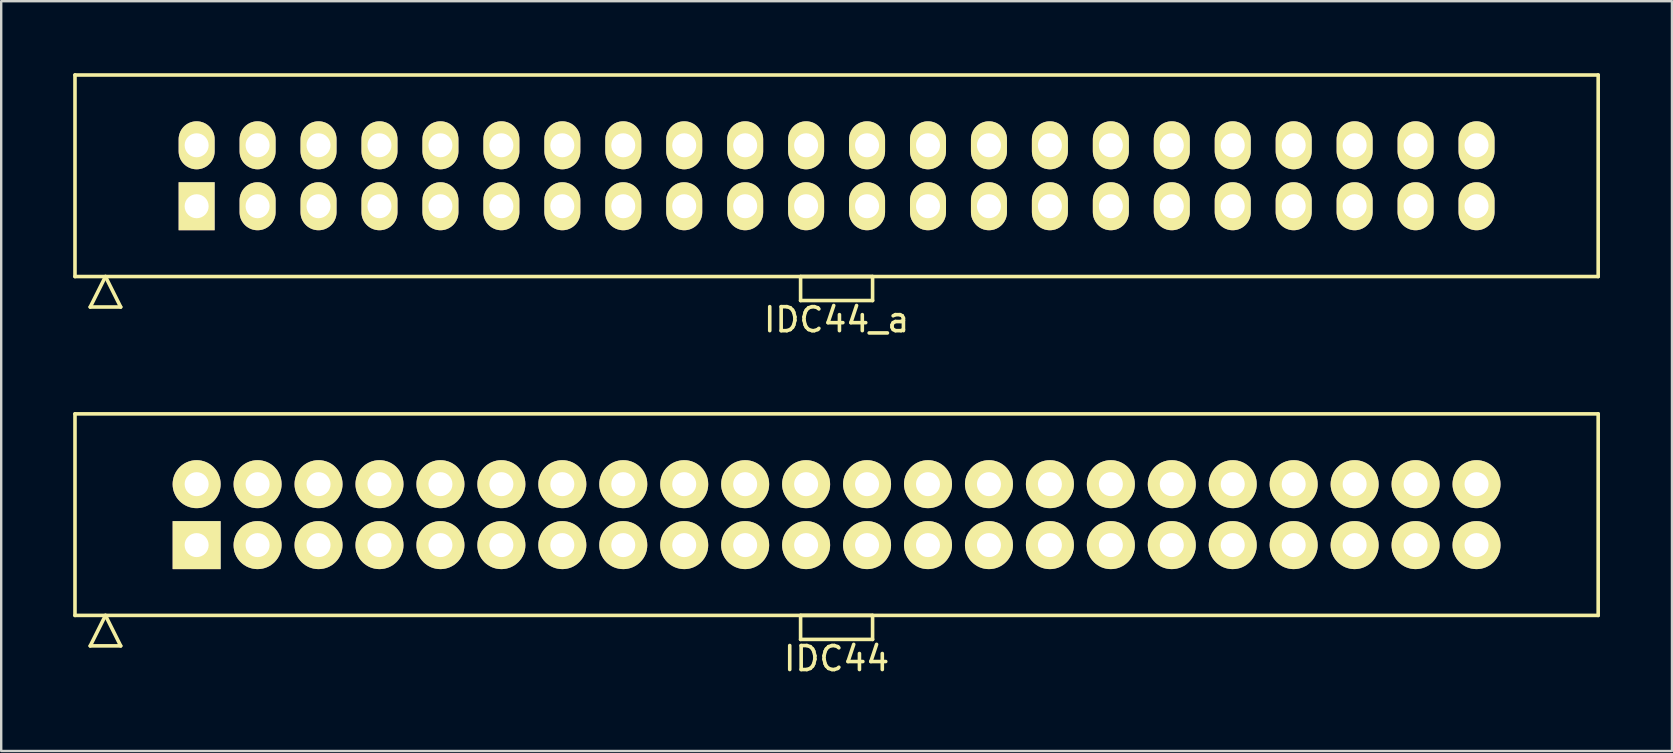
<source format=kicad_pcb>
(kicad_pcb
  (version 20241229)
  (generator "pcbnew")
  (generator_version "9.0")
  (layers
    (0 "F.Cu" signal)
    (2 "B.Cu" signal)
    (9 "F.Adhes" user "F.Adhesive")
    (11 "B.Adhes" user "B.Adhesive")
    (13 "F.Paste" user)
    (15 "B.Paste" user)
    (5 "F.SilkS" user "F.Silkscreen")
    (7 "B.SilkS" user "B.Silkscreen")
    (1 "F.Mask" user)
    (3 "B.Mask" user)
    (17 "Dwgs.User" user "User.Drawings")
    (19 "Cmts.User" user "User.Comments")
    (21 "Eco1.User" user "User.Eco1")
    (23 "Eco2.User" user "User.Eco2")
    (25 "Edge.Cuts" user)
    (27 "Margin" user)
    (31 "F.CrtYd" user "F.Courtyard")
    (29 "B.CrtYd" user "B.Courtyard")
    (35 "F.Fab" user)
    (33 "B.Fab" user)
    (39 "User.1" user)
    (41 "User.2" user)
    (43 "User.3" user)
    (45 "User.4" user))
  (footprint "IDC44"
    (layer "F.Cu")
    (at 31.815 18.398)
    (property "Reference" "IDC44" (at 0 6 0) (layer "F.SilkS") (effects (font (size 1 1) (thickness 0.15))))
    (attr through_hole)
    (fp_line (start -31.74 -4.2) (end -31.74 4.2) (stroke (width 0.15) (type solid)) (layer "F.SilkS"))
    (fp_line (start -31.74 4.2) (end 31.74 4.2) (stroke (width 0.15) (type solid)) (layer "F.SilkS"))
    (fp_line (start -31.105 5.47) (end -30.47 4.2) (stroke (width 0.15) (type solid)) (layer "F.SilkS"))
    (fp_line (start -31.105 5.47) (end -29.835 5.47) (stroke (width 0.15) (type solid)) (layer "F.SilkS"))
    (fp_line (start -29.835 5.47) (end -30.47 4.2) (stroke (width 0.15) (type solid)) (layer "F.SilkS"))
    (fp_line (start -1.5 4.2) (end -1.5 5.2) (stroke (width 0.15) (type solid)) (layer "F.SilkS"))
    (fp_line (start -1.5 5.2) (end 1.5 5.2) (stroke (width 0.15) (type solid)) (layer "F.SilkS"))
    (fp_line (start 1.5 4.2) (end -1.5 4.2) (stroke (width 0.15) (type solid)) (layer "F.SilkS"))
    (fp_line (start 1.5 5.2) (end 1.5 4.2) (stroke (width 0.15) (type solid)) (layer "F.SilkS"))
    (fp_line (start 31.74 -4.2) (end -31.74 -4.2) (stroke (width 0.15) (type solid)) (layer "F.SilkS"))
    (fp_line (start 31.74 4.2) (end 31.74 -4.2) (stroke (width 0.15) (type solid)) (layer "F.SilkS"))
    (pad "1" thru_hole rect (at -26.67 1.27) (size 2 2) (drill 1) (layers "*.Cu" "*.Mask" "F.SilkS"))
    (pad "2" thru_hole oval (at -26.67 -1.27) (size 2 2) (drill 1) (layers "*.Cu" "*.Mask" "F.SilkS"))
    (pad "3" thru_hole oval (at -24.13 1.27) (size 2 2) (drill 1) (layers "*.Cu" "*.Mask" "F.SilkS"))
    (pad "4" thru_hole oval (at -24.13 -1.27) (size 2 2) (drill 1) (layers "*.Cu" "*.Mask" "F.SilkS"))
    (pad "5" thru_hole oval (at -21.59 1.27) (size 2 2) (drill 1) (layers "*.Cu" "*.Mask" "F.SilkS"))
    (pad "6" thru_hole oval (at -21.59 -1.27) (size 2 2) (drill 1) (layers "*.Cu" "*.Mask" "F.SilkS"))
    (pad "7" thru_hole oval (at -19.05 1.27) (size 2 2) (drill 1) (layers "*.Cu" "*.Mask" "F.SilkS"))
    (pad "8" thru_hole oval (at -19.05 -1.27) (size 2 2) (drill 1) (layers "*.Cu" "*.Mask" "F.SilkS"))
    (pad "9" thru_hole oval (at -16.51 1.27) (size 2 2) (drill 1) (layers "*.Cu" "*.Mask" "F.SilkS"))
    (pad "10" thru_hole oval (at -16.51 -1.27) (size 2 2) (drill 1) (layers "*.Cu" "*.Mask" "F.SilkS"))
    (pad "11" thru_hole oval (at -13.97 1.27) (size 2 2) (drill 1) (layers "*.Cu" "*.Mask" "F.SilkS"))
    (pad "12" thru_hole oval (at -13.97 -1.27) (size 2 2) (drill 1) (layers "*.Cu" "*.Mask" "F.SilkS"))
    (pad "13" thru_hole oval (at -11.43 1.27) (size 2 2) (drill 1) (layers "*.Cu" "*.Mask" "F.SilkS"))
    (pad "14" thru_hole oval (at -11.43 -1.27) (size 2 2) (drill 1) (layers "*.Cu" "*.Mask" "F.SilkS"))
    (pad "15" thru_hole oval (at -8.89 1.27) (size 2 2) (drill 1) (layers "*.Cu" "*.Mask" "F.SilkS"))
    (pad "16" thru_hole oval (at -8.89 -1.27) (size 2 2) (drill 1) (layers "*.Cu" "*.Mask" "F.SilkS"))
    (pad "17" thru_hole oval (at -6.35 1.27) (size 2 2) (drill 1) (layers "*.Cu" "*.Mask" "F.SilkS"))
    (pad "18" thru_hole oval (at -6.35 -1.27) (size 2 2) (drill 1) (layers "*.Cu" "*.Mask" "F.SilkS"))
    (pad "19" thru_hole oval (at -3.81 1.27) (size 2 2) (drill 1) (layers "*.Cu" "*.Mask" "F.SilkS"))
    (pad "20" thru_hole oval (at -3.81 -1.27) (size 2 2) (drill 1) (layers "*.Cu" "*.Mask" "F.SilkS"))
    (pad "21" thru_hole oval (at -1.27 1.27) (size 2 2) (drill 1) (layers "*.Cu" "*.Mask" "F.SilkS"))
    (pad "22" thru_hole oval (at -1.27 -1.27) (size 2 2) (drill 1) (layers "*.Cu" "*.Mask" "F.SilkS"))
    (pad "23" thru_hole oval (at 1.27 1.27) (size 2 2) (drill 1) (layers "*.Cu" "*.Mask" "F.SilkS"))
    (pad "24" thru_hole oval (at 1.27 -1.27) (size 2 2) (drill 1) (layers "*.Cu" "*.Mask" "F.SilkS"))
    (pad "25" thru_hole oval (at 3.81 1.27) (size 2 2) (drill 1) (layers "*.Cu" "*.Mask" "F.SilkS"))
    (pad "26" thru_hole oval (at 3.81 -1.27) (size 2 2) (drill 1) (layers "*.Cu" "*.Mask" "F.SilkS"))
    (pad "27" thru_hole oval (at 6.35 1.27) (size 2 2) (drill 1) (layers "*.Cu" "*.Mask" "F.SilkS"))
    (pad "28" thru_hole oval (at 6.35 -1.27) (size 2 2) (drill 1) (layers "*.Cu" "*.Mask" "F.SilkS"))
    (pad "29" thru_hole oval (at 8.89 1.27) (size 2 2) (drill 1) (layers "*.Cu" "*.Mask" "F.SilkS"))
    (pad "30" thru_hole oval (at 8.89 -1.27) (size 2 2) (drill 1) (layers "*.Cu" "*.Mask" "F.SilkS"))
    (pad "31" thru_hole oval (at 11.43 1.27) (size 2 2) (drill 1) (layers "*.Cu" "*.Mask" "F.SilkS"))
    (pad "32" thru_hole oval (at 11.43 -1.27) (size 2 2) (drill 1) (layers "*.Cu" "*.Mask" "F.SilkS"))
    (pad "33" thru_hole oval (at 13.97 1.27) (size 2 2) (drill 1) (layers "*.Cu" "*.Mask" "F.SilkS"))
    (pad "34" thru_hole oval (at 13.97 -1.27) (size 2 2) (drill 1) (layers "*.Cu" "*.Mask" "F.SilkS"))
    (pad "35" thru_hole oval (at 16.51 1.27) (size 2 2) (drill 1) (layers "*.Cu" "*.Mask" "F.SilkS"))
    (pad "36" thru_hole oval (at 16.51 -1.27) (size 2 2) (drill 1) (layers "*.Cu" "*.Mask" "F.SilkS"))
    (pad "37" thru_hole oval (at 19.05 1.27) (size 2 2) (drill 1) (layers "*.Cu" "*.Mask" "F.SilkS"))
    (pad "38" thru_hole oval (at 19.05 -1.27) (size 2 2) (drill 1) (layers "*.Cu" "*.Mask" "F.SilkS"))
    (pad "39" thru_hole oval (at 21.59 1.27) (size 2 2) (drill 1) (layers "*.Cu" "*.Mask" "F.SilkS"))
    (pad "40" thru_hole oval (at 21.59 -1.27) (size 2 2) (drill 1) (layers "*.Cu" "*.Mask" "F.SilkS"))
    (pad "41" thru_hole oval (at 24.13 1.27) (size 2 2) (drill 1) (layers "*.Cu" "*.Mask" "F.SilkS"))
    (pad "42" thru_hole oval (at 24.13 -1.27) (size 2 2) (drill 1) (layers "*.Cu" "*.Mask" "F.SilkS"))
    (pad "43" thru_hole oval (at 26.67 1.27) (size 2 2) (drill 1) (layers "*.Cu" "*.Mask" "F.SilkS"))
    (pad "44" thru_hole oval (at 26.67 -1.27) (size 2 2) (drill 1) (layers "*.Cu" "*.Mask" "F.SilkS")))
  (footprint "IDC44_a"
    (layer "F.Cu")
    (at 31.815 4.275)
    (property "Reference" "IDC44_a" (at 0 6 0) (layer "F.SilkS") (effects (font (size 1 1) (thickness 0.15))))
    (attr through_hole)
    (fp_line (start -31.74 -4.2) (end -31.74 4.2) (stroke (width 0.15) (type solid)) (layer "F.SilkS"))
    (fp_line (start -31.74 4.2) (end 31.74 4.2) (stroke (width 0.15) (type solid)) (layer "F.SilkS"))
    (fp_line (start -31.105 5.47) (end -30.47 4.2) (stroke (width 0.15) (type solid)) (layer "F.SilkS"))
    (fp_line (start -31.105 5.47) (end -29.835 5.47) (stroke (width 0.15) (type solid)) (layer "F.SilkS"))
    (fp_line (start -29.835 5.47) (end -30.47 4.2) (stroke (width 0.15) (type solid)) (layer "F.SilkS"))
    (fp_line (start -1.5 4.2) (end -1.5 5.2) (stroke (width 0.15) (type solid)) (layer "F.SilkS"))
    (fp_line (start -1.5 5.2) (end 1.5 5.2) (stroke (width 0.15) (type solid)) (layer "F.SilkS"))
    (fp_line (start 1.5 4.2) (end -1.5 4.2) (stroke (width 0.15) (type solid)) (layer "F.SilkS"))
    (fp_line (start 1.5 5.2) (end 1.5 4.2) (stroke (width 0.15) (type solid)) (layer "F.SilkS"))
    (fp_line (start 31.74 -4.2) (end -31.74 -4.2) (stroke (width 0.15) (type solid)) (layer "F.SilkS"))
    (fp_line (start 31.74 4.2) (end 31.74 -4.2) (stroke (width 0.15) (type solid)) (layer "F.SilkS"))
    (pad "1" thru_hole rect (at -26.67 1.27) (size 1.5 2) (drill 1) (layers "*.Cu" "*.Mask" "F.SilkS"))
    (pad "2" thru_hole oval (at -26.67 -1.27) (size 1.5 2) (drill 1) (layers "*.Cu" "*.Mask" "F.SilkS"))
    (pad "3" thru_hole oval (at -24.13 1.27) (size 1.5 2) (drill 1) (layers "*.Cu" "*.Mask" "F.SilkS"))
    (pad "4" thru_hole oval (at -24.13 -1.27) (size 1.5 2) (drill 1) (layers "*.Cu" "*.Mask" "F.SilkS"))
    (pad "5" thru_hole oval (at -21.59 1.27) (size 1.5 2) (drill 1) (layers "*.Cu" "*.Mask" "F.SilkS"))
    (pad "6" thru_hole oval (at -21.59 -1.27) (size 1.5 2) (drill 1) (layers "*.Cu" "*.Mask" "F.SilkS"))
    (pad "7" thru_hole oval (at -19.05 1.27) (size 1.5 2) (drill 1) (layers "*.Cu" "*.Mask" "F.SilkS"))
    (pad "8" thru_hole oval (at -19.05 -1.27) (size 1.5 2) (drill 1) (layers "*.Cu" "*.Mask" "F.SilkS"))
    (pad "9" thru_hole oval (at -16.51 1.27) (size 1.5 2) (drill 1) (layers "*.Cu" "*.Mask" "F.SilkS"))
    (pad "10" thru_hole oval (at -16.51 -1.27) (size 1.5 2) (drill 1) (layers "*.Cu" "*.Mask" "F.SilkS"))
    (pad "11" thru_hole oval (at -13.97 1.27) (size 1.5 2) (drill 1) (layers "*.Cu" "*.Mask" "F.SilkS"))
    (pad "12" thru_hole oval (at -13.97 -1.27) (size 1.5 2) (drill 1) (layers "*.Cu" "*.Mask" "F.SilkS"))
    (pad "13" thru_hole oval (at -11.43 1.27) (size 1.5 2) (drill 1) (layers "*.Cu" "*.Mask" "F.SilkS"))
    (pad "14" thru_hole oval (at -11.43 -1.27) (size 1.5 2) (drill 1) (layers "*.Cu" "*.Mask" "F.SilkS"))
    (pad "15" thru_hole oval (at -8.89 1.27) (size 1.5 2) (drill 1) (layers "*.Cu" "*.Mask" "F.SilkS"))
    (pad "16" thru_hole oval (at -8.89 -1.27) (size 1.5 2) (drill 1) (layers "*.Cu" "*.Mask" "F.SilkS"))
    (pad "17" thru_hole oval (at -6.35 1.27) (size 1.5 2) (drill 1) (layers "*.Cu" "*.Mask" "F.SilkS"))
    (pad "18" thru_hole oval (at -6.35 -1.27) (size 1.5 2) (drill 1) (layers "*.Cu" "*.Mask" "F.SilkS"))
    (pad "19" thru_hole oval (at -3.81 1.27) (size 1.5 2) (drill 1) (layers "*.Cu" "*.Mask" "F.SilkS"))
    (pad "20" thru_hole oval (at -3.81 -1.27) (size 1.5 2) (drill 1) (layers "*.Cu" "*.Mask" "F.SilkS"))
    (pad "21" thru_hole oval (at -1.27 1.27) (size 1.5 2) (drill 1) (layers "*.Cu" "*.Mask" "F.SilkS"))
    (pad "22" thru_hole oval (at -1.27 -1.27) (size 1.5 2) (drill 1) (layers "*.Cu" "*.Mask" "F.SilkS"))
    (pad "23" thru_hole oval (at 1.27 1.27) (size 1.5 2) (drill 1) (layers "*.Cu" "*.Mask" "F.SilkS"))
    (pad "24" thru_hole oval (at 1.27 -1.27) (size 1.5 2) (drill 1) (layers "*.Cu" "*.Mask" "F.SilkS"))
    (pad "25" thru_hole oval (at 3.81 1.27) (size 1.5 2) (drill 1) (layers "*.Cu" "*.Mask" "F.SilkS"))
    (pad "26" thru_hole oval (at 3.81 -1.27) (size 1.5 2) (drill 1) (layers "*.Cu" "*.Mask" "F.SilkS"))
    (pad "27" thru_hole oval (at 6.35 1.27) (size 1.5 2) (drill 1) (layers "*.Cu" "*.Mask" "F.SilkS"))
    (pad "28" thru_hole oval (at 6.35 -1.27) (size 1.5 2) (drill 1) (layers "*.Cu" "*.Mask" "F.SilkS"))
    (pad "29" thru_hole oval (at 8.89 1.27) (size 1.5 2) (drill 1) (layers "*.Cu" "*.Mask" "F.SilkS"))
    (pad "30" thru_hole oval (at 8.89 -1.27) (size 1.5 2) (drill 1) (layers "*.Cu" "*.Mask" "F.SilkS"))
    (pad "31" thru_hole oval (at 11.43 1.27) (size 1.5 2) (drill 1) (layers "*.Cu" "*.Mask" "F.SilkS"))
    (pad "32" thru_hole oval (at 11.43 -1.27) (size 1.5 2) (drill 1) (layers "*.Cu" "*.Mask" "F.SilkS"))
    (pad "33" thru_hole oval (at 13.97 1.27) (size 1.5 2) (drill 1) (layers "*.Cu" "*.Mask" "F.SilkS"))
    (pad "34" thru_hole oval (at 13.97 -1.27) (size 1.5 2) (drill 1) (layers "*.Cu" "*.Mask" "F.SilkS"))
    (pad "35" thru_hole oval (at 16.51 1.27) (size 1.5 2) (drill 1) (layers "*.Cu" "*.Mask" "F.SilkS"))
    (pad "36" thru_hole oval (at 16.51 -1.27) (size 1.5 2) (drill 1) (layers "*.Cu" "*.Mask" "F.SilkS"))
    (pad "37" thru_hole oval (at 19.05 1.27) (size 1.5 2) (drill 1) (layers "*.Cu" "*.Mask" "F.SilkS"))
    (pad "38" thru_hole oval (at 19.05 -1.27) (size 1.5 2) (drill 1) (layers "*.Cu" "*.Mask" "F.SilkS"))
    (pad "39" thru_hole oval (at 21.59 1.27) (size 1.5 2) (drill 1) (layers "*.Cu" "*.Mask" "F.SilkS"))
    (pad "40" thru_hole oval (at 21.59 -1.27) (size 1.5 2) (drill 1) (layers "*.Cu" "*.Mask" "F.SilkS"))
    (pad "41" thru_hole oval (at 24.13 1.27) (size 1.5 2) (drill 1) (layers "*.Cu" "*.Mask" "F.SilkS"))
    (pad "42" thru_hole oval (at 24.13 -1.27) (size 1.5 2) (drill 1) (layers "*.Cu" "*.Mask" "F.SilkS"))
    (pad "43" thru_hole oval (at 26.67 1.27) (size 1.5 2) (drill 1) (layers "*.Cu" "*.Mask" "F.SilkS"))
    (pad "44" thru_hole oval (at 26.67 -1.27) (size 1.5 2) (drill 1) (layers "*.Cu" "*.Mask" "F.SilkS")))
  (gr_rect
    (start -3 -3)
    (end 66.63 28.247)
    (stroke (width 0.1) (type default))
    (fill no)
    (layer "Edge.Cuts")))
</source>
